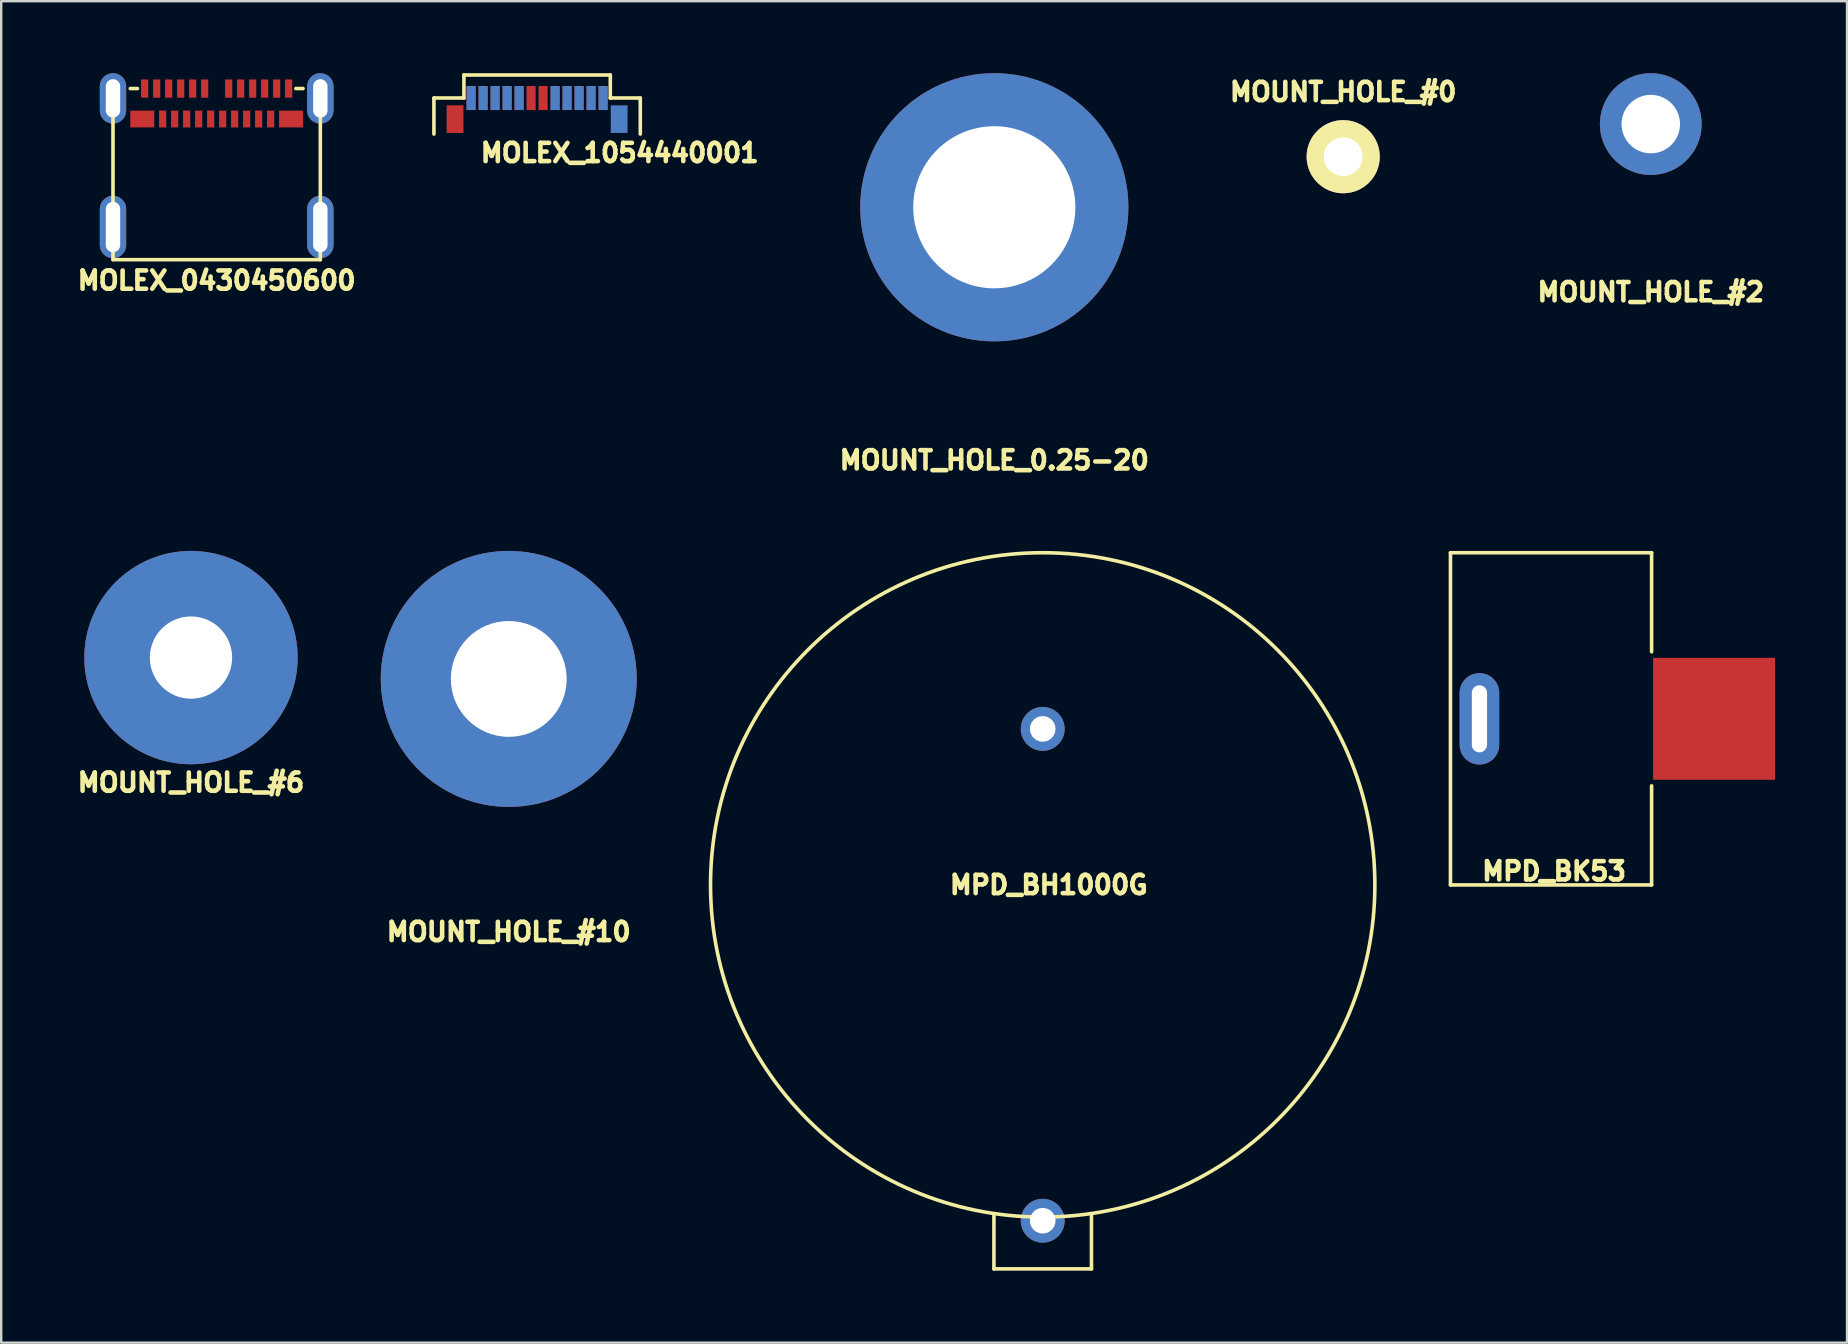
<source format=kicad_pcb>
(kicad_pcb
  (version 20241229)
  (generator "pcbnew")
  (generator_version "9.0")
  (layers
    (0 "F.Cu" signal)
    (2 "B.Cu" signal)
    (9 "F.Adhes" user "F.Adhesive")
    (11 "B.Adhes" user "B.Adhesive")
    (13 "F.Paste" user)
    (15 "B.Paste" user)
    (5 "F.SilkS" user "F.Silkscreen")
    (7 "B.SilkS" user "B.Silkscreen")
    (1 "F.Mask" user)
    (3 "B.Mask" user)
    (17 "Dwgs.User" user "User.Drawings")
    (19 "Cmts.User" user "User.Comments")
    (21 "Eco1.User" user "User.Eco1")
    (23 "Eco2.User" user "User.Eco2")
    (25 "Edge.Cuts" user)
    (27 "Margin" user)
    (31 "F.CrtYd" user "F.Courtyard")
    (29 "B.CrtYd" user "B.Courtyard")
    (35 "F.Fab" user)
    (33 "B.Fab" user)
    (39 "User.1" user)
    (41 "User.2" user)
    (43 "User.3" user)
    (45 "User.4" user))
  (footprint "MOUNT_HOLE_#10"
    (layer "F.Cu")
    (at 18.151 25.243)
    (property "Reference" "MOUNT_HOLE_#10" (at 0 10.541 0) (layer "F.SilkS") (effects (font (size 0.762 0.762) (thickness 0.191))))
    (attr through_hole)
    (pad "MNT" thru_hole circle (at 0 0) (size 10.668 10.668) (drill 4.826) (layers "*.Cu" "*.Mask")))
  (footprint "MOUNT_HOLE_#0"
    (layer "F.Cu")
    (at 52.926 3.48)
    (property "Reference" "MOUNT_HOLE_#0" (at 0 -2.7 0) (layer "F.SilkS") (effects (font (size 0.762 0.762) (thickness 0.191))))
    (attr through_hole)
    (pad "MNT" thru_hole circle (at 0 0) (size 3.048 3.048) (drill 1.613) (layers "*.Cu" "*.Mask" "F.SilkS")))
  (footprint "MOUNT_HOLE_#2"
    (layer "F.Cu")
    (at 65.744 2.121)
    (property "Reference" "MOUNT_HOLE_#2" (at 0 7 0) (layer "F.SilkS") (effects (font (size 0.762 0.762) (thickness 0.191))))
    (attr through_hole)
    (pad "1" thru_hole circle (at 0 0) (size 4.242 4.242) (drill 2.438) (layers "*.Cu" "*.Mask")))
  (footprint "MPD_BK53"
    (layer "F.Cu")
    (at 63.492 26.906)
    (property "Reference" "MPD_BK53" (at -1.778 6.35 0) (layer "F.SilkS") (effects (font (size 0.762 0.762) (thickness 0.191))))
    (attr through_hole)
    (fp_line (start -6.096 -6.921) (end -6.096 6.921) (stroke (width 0.15) (type solid)) (layer "F.SilkS"))
    (fp_line (start -6.096 -6.921) (end 2.286 -6.921) (stroke (width 0.15) (type solid)) (layer "F.SilkS"))
    (fp_line (start -6.096 6.921) (end 2.286 6.921) (stroke (width 0.15) (type solid)) (layer "F.SilkS"))
    (fp_line (start 2.286 -2.794) (end 2.286 -6.921) (stroke (width 0.15) (type solid)) (layer "F.SilkS"))
    (fp_line (start 2.286 2.794) (end 2.286 6.921) (stroke (width 0.15) (type solid)) (layer "F.SilkS"))
    (pad "1" thru_hole oval (at -4.889 0) (size 1.651 3.81) (drill oval 0.635 2.794) (layers "*.Cu" "*.Mask"))
    (pad "1" smd rect (at 4.889 0) (size 5.08 5.08) (layers "F.Cu" "F.Mask" "F.Paste")))
  (footprint "MOUNT_HOLE_#6"
    (layer "F.Cu")
    (at 4.909 24.354)
    (property "Reference" "MOUNT_HOLE_#6" (at 0 5.207 0) (layer "F.SilkS") (effects (font (size 0.762 0.762) (thickness 0.191))))
    (attr through_hole)
    (pad "MNT" thru_hole circle (at 0 0) (size 8.89 8.89) (drill 3.429) (layers "*.Cu" "*.Mask")))
  (footprint "MPD_BH1000G"
    (layer "F.Cu")
    (at 40.403 33.827)
    (property "Reference" "MPD_BH1000G" (at 0.254 0 0) (layer "F.SilkS") (effects (font (size 0.762 0.762) (thickness 0.191))))
    (attr through_hole)
    (fp_line (start -2.032 16.002) (end -2.032 13.716) (stroke (width 0.15) (type solid)) (layer "F.SilkS"))
    (fp_line (start -2.032 16.002) (end 2.032 16.002) (stroke (width 0.15) (type solid)) (layer "F.SilkS"))
    (fp_line (start 2.032 16.002) (end 2.032 13.716) (stroke (width 0.15) (type solid)) (layer "F.SilkS"))
    (fp_circle (center 0 0) (end 13.843 0) (stroke (width 0.15) (type solid)) (fill no) (layer "F.SilkS"))
    (pad "1" thru_hole circle (at 0 -6.502) (size 1.829 1.829) (drill 1.067) (layers "*.Cu" "*.Mask"))
    (pad "2" thru_hole circle (at 0 13.995) (size 1.829 1.829) (drill 1.067) (layers "*.Cu" "*.Mask")))
  (footprint "MOLEX_1054440001"
    (layer "F.Cu")
    (at 19.333 1.035)
    (property "Reference" "MOLEX_1054440001" (at 3.442 2.286 0) (layer "F.SilkS") (effects (font (size 0.762 0.762) (thickness 0.191))))
    (attr through_hole)
    (fp_line (start -4.3 0) (end -4.3 1.5) (stroke (width 0.15) (type solid)) (layer "F.SilkS"))
    (fp_line (start -4.3 0) (end -3.05 0) (stroke (width 0.15) (type solid)) (layer "F.SilkS"))
    (fp_line (start -3.05 -0.96) (end -3.05 0) (stroke (width 0.15) (type solid)) (layer "F.SilkS"))
    (fp_line (start -3.05 -0.96) (end 3.05 -0.96) (stroke (width 0.15) (type solid)) (layer "F.SilkS"))
    (fp_line (start 3.05 -0.96) (end 3.05 0) (stroke (width 0.15) (type solid)) (layer "F.SilkS"))
    (fp_line (start 4.3 0) (end 3.05 0) (stroke (width 0.15) (type solid)) (layer "F.SilkS"))
    (fp_line (start 4.3 0) (end 4.3 1.5) (stroke (width 0.15) (type solid)) (layer "F.SilkS"))
    (pad "A1" smd rect (at -2.75 0) (size 0.38 1) (layers "F.Cu" "F.Mask" "F.Paste"))
    (pad "A2" smd rect (at -2.25 0) (size 0.38 1) (layers "F.Cu" "F.Mask" "F.Paste"))
    (pad "A3" smd rect (at -1.75 0) (size 0.38 1) (layers "F.Cu" "F.Mask" "F.Paste"))
    (pad "A4" smd rect (at -1.25 0) (size 0.38 1) (layers "F.Cu" "F.Mask" "F.Paste"))
    (pad "A5" smd rect (at -0.75 0) (size 0.38 1) (layers "F.Cu" "F.Mask" "F.Paste"))
    (pad "A6" smd rect (at -0.25 0) (size 0.38 1) (layers "F.Cu" "F.Mask" "F.Paste"))
    (pad "A7" smd rect (at 0.25 0) (size 0.38 1) (layers "F.Cu" "F.Mask" "F.Paste"))
    (pad "A8" smd rect (at 0.75 0) (size 0.38 1) (layers "F.Cu" "F.Mask" "F.Paste"))
    (pad "A9" smd rect (at 1.25 0) (size 0.38 1) (layers "F.Cu" "F.Mask" "F.Paste"))
    (pad "A10" smd rect (at 1.75 0) (size 0.38 1) (layers "F.Cu" "F.Mask" "F.Paste"))
    (pad "A11" smd rect (at 2.25 0) (size 0.38 1) (layers "F.Cu" "F.Mask" "F.Paste"))
    (pad "A12" smd rect (at 2.75 0) (size 0.38 1) (layers "F.Cu" "F.Mask" "F.Paste"))
    (pad "B1" smd rect (at 2.75 0) (size 0.38 1) (layers "B.Cu" "B.Mask" "B.Paste"))
    (pad "B2" smd rect (at 2.25 0) (size 0.38 1) (layers "B.Cu" "B.Mask" "B.Paste"))
    (pad "B3" smd rect (at 1.75 0) (size 0.38 1) (layers "B.Cu" "B.Mask" "B.Paste"))
    (pad "B4" smd rect (at 1.25 0) (size 0.38 1) (layers "B.Cu" "B.Mask" "B.Paste"))
    (pad "B5" smd rect (at 0.75 0) (size 0.38 1) (layers "B.Cu" "B.Mask" "B.Paste"))
    (pad "B8" smd rect (at -0.75 0) (size 0.38 1) (layers "B.Cu" "B.Mask" "B.Paste"))
    (pad "B9" smd rect (at -1.25 0) (size 0.38 1) (layers "B.Cu" "B.Mask" "B.Paste"))
    (pad "B10" smd rect (at -1.75 0) (size 0.38 1) (layers "B.Cu" "B.Mask" "B.Paste"))
    (pad "B11" smd rect (at -2.25 0) (size 0.38 1) (layers "B.Cu" "B.Mask" "B.Paste"))
    (pad "B12" smd rect (at -2.75 0) (size 0.38 1) (layers "B.Cu" "B.Mask" "B.Paste"))
    (pad "MNTA" smd rect (at -3.42 0.88) (size 0.7 1.15) (layers "F.Cu" "F.Mask" "F.Paste"))
    (pad "MNTB" smd rect (at 3.42 0.88) (size 0.7 1.15) (layers "B.Cu" "B.Mask" "B.Paste")))
  (footprint "MOLEX_0430450600"
    (layer "F.Cu")
    (at 5.979 0.64)
    (property "Reference" "MOLEX_0430450600" (at 0 8 0) (layer "F.SilkS") (effects (font (size 0.762 0.762) (thickness 0.191))))
    (attr through_hole)
    (fp_line (start -4.32 7.13) (end -4.32 0) (stroke (width 0.15) (type solid)) (layer "F.SilkS"))
    (fp_line (start -4.32 7.13) (end 4.32 7.13) (stroke (width 0.15) (type solid)) (layer "F.SilkS"))
    (fp_line (start -3.6 0) (end -3.3 0) (stroke (width 0.15) (type solid)) (layer "F.SilkS"))
    (fp_line (start 3.6 0) (end 3.3 0) (stroke (width 0.15) (type solid)) (layer "F.SilkS"))
    (fp_line (start 4.32 7.13) (end 4.32 0) (stroke (width 0.15) (type solid)) (layer "F.SilkS"))
    (pad "A1" smd rect (at -3 0) (size 0.3 0.76) (layers "F.Cu" "F.Mask" "F.Paste"))
    (pad "A2" smd rect (at -2.5 0) (size 0.3 0.76) (layers "F.Cu" "F.Mask" "F.Paste"))
    (pad "A3" smd rect (at -2 0) (size 0.3 0.76) (layers "F.Cu" "F.Mask" "F.Paste"))
    (pad "A4" smd rect (at -1.5 0) (size 0.3 0.76) (layers "F.Cu" "F.Mask" "F.Paste"))
    (pad "A5" smd rect (at -1 0) (size 0.3 0.76) (layers "F.Cu" "F.Mask" "F.Paste"))
    (pad "A6" smd rect (at -0.5 0) (size 0.3 0.76) (layers "F.Cu" "F.Mask" "F.Paste"))
    (pad "A7" smd rect (at 0.5 0) (size 0.3 0.76) (layers "F.Cu" "F.Mask" "F.Paste"))
    (pad "A8" smd rect (at 1 0) (size 0.3 0.76) (layers "F.Cu" "F.Mask" "F.Paste"))
    (pad "A9" smd rect (at 1.5 0) (size 0.3 0.76) (layers "F.Cu" "F.Mask" "F.Paste"))
    (pad "A10" smd rect (at 2 0) (size 0.3 0.76) (layers "F.Cu" "F.Mask" "F.Paste"))
    (pad "A11" smd rect (at 2.5 0) (size 0.3 0.76) (layers "F.Cu" "F.Mask" "F.Paste"))
    (pad "A12" smd rect (at 3 0) (size 0.3 0.76) (layers "F.Cu" "F.Mask" "F.Paste"))
    (pad "B1" smd rect (at 3.1 1.27) (size 1 0.7) (layers "F.Cu" "F.Mask" "F.Paste"))
    (pad "B2" smd rect (at 2.25 1.27) (size 0.3 0.7) (layers "F.Cu" "F.Mask" "F.Paste"))
    (pad "B3" smd rect (at 1.75 1.27) (size 0.3 0.7) (layers "F.Cu" "F.Mask" "F.Paste"))
    (pad "B4" smd rect (at 1.25 1.27) (size 0.3 0.7) (layers "F.Cu" "F.Mask" "F.Paste"))
    (pad "B5" smd rect (at 0.75 1.27) (size 0.3 0.7) (layers "F.Cu" "F.Mask" "F.Paste"))
    (pad "B6" smd rect (at 0.25 1.27) (size 0.3 0.7) (layers "F.Cu" "F.Mask" "F.Paste"))
    (pad "B7" smd rect (at -0.25 1.27) (size 0.3 0.7) (layers "F.Cu" "F.Mask" "F.Paste"))
    (pad "B8" smd rect (at -0.75 1.27) (size 0.3 0.7) (layers "F.Cu" "F.Mask" "F.Paste"))
    (pad "B9" smd rect (at -1.25 1.27) (size 0.3 0.7) (layers "F.Cu" "F.Mask" "F.Paste"))
    (pad "B10" smd rect (at -1.75 1.27) (size 0.3 0.7) (layers "F.Cu" "F.Mask" "F.Paste"))
    (pad "B11" smd rect (at -2.25 1.27) (size 0.3 0.7) (layers "F.Cu" "F.Mask" "F.Paste"))
    (pad "B12" smd rect (at -3.1 1.27) (size 1 0.7) (layers "F.Cu" "F.Mask" "F.Paste"))
    (pad "MNT1" thru_hole oval (at -4.32 0.41) (size 1.1 2.1) (drill oval 0.6 1.6) (layers "*.Cu" "*.Mask"))
    (pad "MNT2" thru_hole oval (at 4.32 0.41) (size 1.1 2.1) (drill oval 0.6 1.6) (layers "*.Cu" "*.Mask"))
    (pad "MNT3" thru_hole oval (at -4.32 5.77) (size 1.1 2.6) (drill oval 0.6 2.1) (layers "*.Cu" "*.Mask"))
    (pad "MNT4" thru_hole oval (at 4.32 5.77) (size 1.1 2.6) (drill oval 0.6 2.1) (layers "*.Cu" "*.Mask")))
  (footprint "MOUNT_HOLE_0.25-20"
    (layer "F.Cu")
    (at 38.386 5.588)
    (property "Reference" "MOUNT_HOLE_0.25-20" (at 0 10.541 0) (layer "F.SilkS") (effects (font (size 0.762 0.762) (thickness 0.191))))
    (attr through_hole)
    (pad "MNT" thru_hole circle (at 0 0) (size 11.176 11.176) (drill 6.756) (layers "*.Cu" "*.Mask")))
  (gr_rect
    (start -3 -3)
    (end 73.922 52.904)
    (stroke (width 0.1) (type default))
    (fill no)
    (layer "Edge.Cuts")))
</source>
